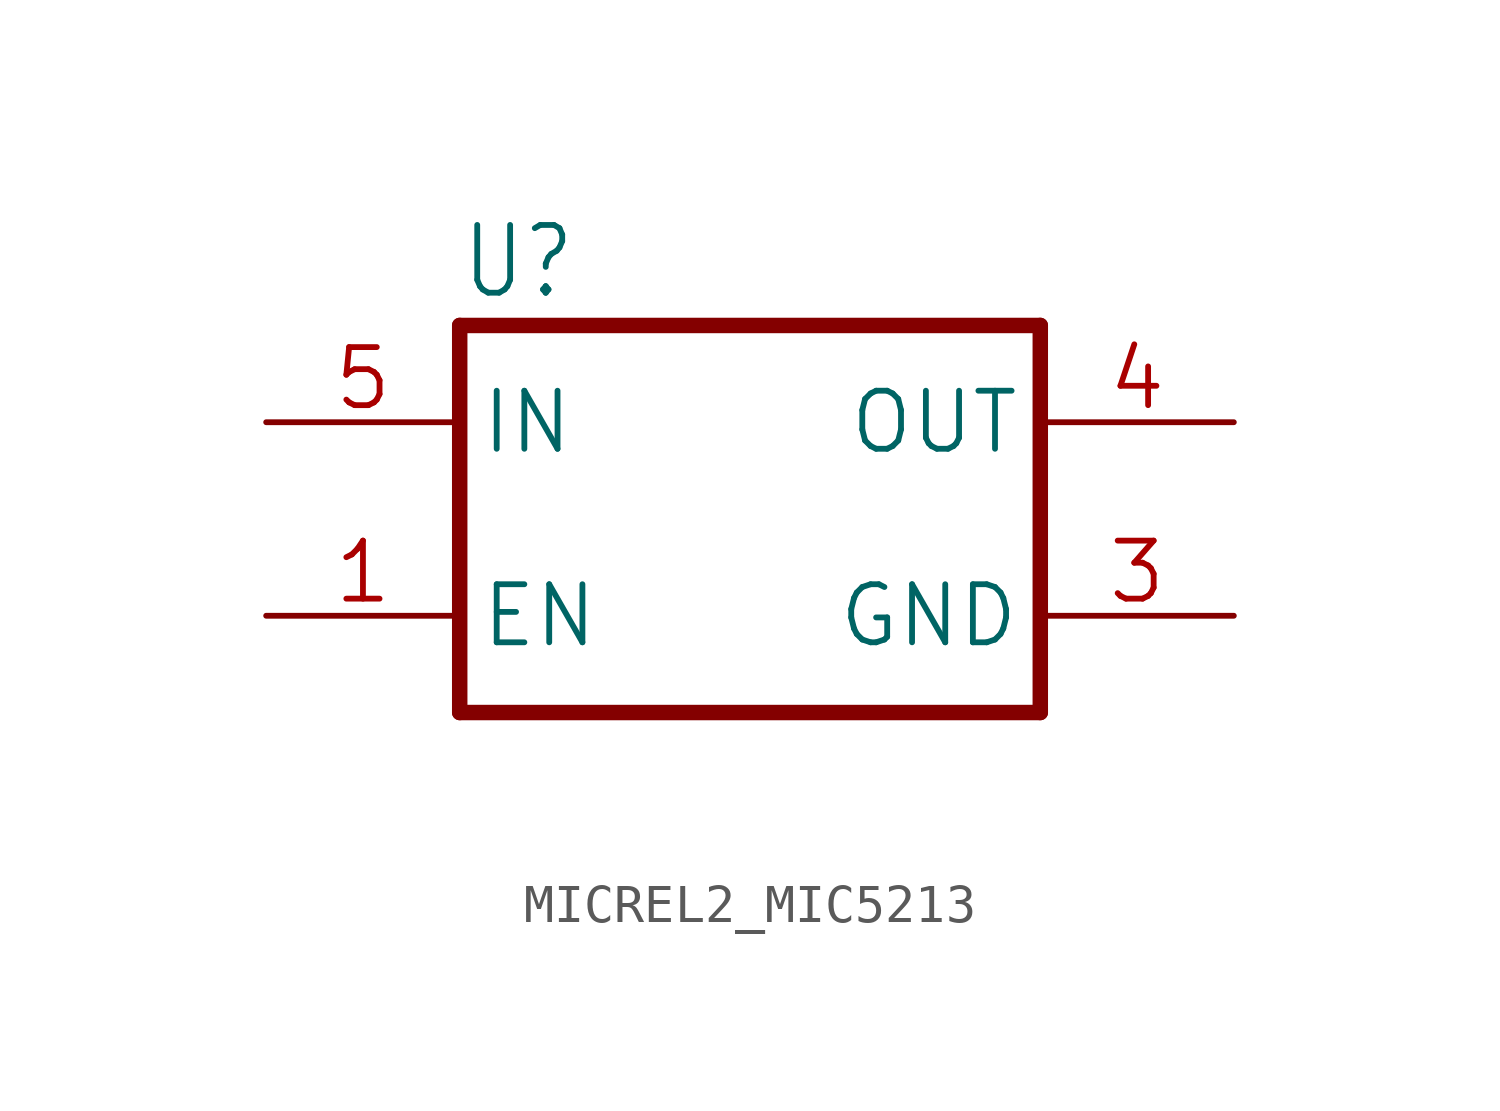
<source format=kicad_sym>
(kicad_symbol_lib
  (version 20241209)
  (generator "kicad_symbol_editor")
  (generator_version "9.0")
  (symbol "MICREL2_MIC5213"
    (property "Reference" "U"
      (at -7.62 5.715 0)
      (effects (font (size 1.778 1.511)) (justify left bottom)))
    (property "Value" ""
      (at -7.62 -7.62 0)
      (effects (font (size 1.778 1.511)) (justify left bottom)))
    (property "ki_locked" ""
      (at 0 0 0)
      (effects (font (size 1.27 1.27))))
    (symbol "MICREL2_MIC5213_1_0"
      (polyline (pts (xy -7.62 5.08) (xy 7.62 5.08)) (stroke (width 0.406) (type solid)) (fill (type none)))
      (polyline (pts (xy -7.62 -5.08) (xy -7.62 5.08)) (stroke (width 0.406) (type solid)) (fill (type none)))
      (polyline (pts (xy 7.62 5.08) (xy 7.62 -5.08)) (stroke (width 0.406) (type solid)) (fill (type none)))
      (polyline (pts (xy 7.62 -5.08) (xy -7.62 -5.08)) (stroke (width 0.406) (type solid)) (fill (type none)))
      (pin input line (at -12.7 2.54 0) (length 5.08) (name "IN" (effects (font (size 1.524 1.524)))) (number "5" (effects (font (size 1.524 1.524)))))
      (pin input line (at -12.7 -2.54 0) (length 5.08) (name "EN" (effects (font (size 1.524 1.524)))) (number "1" (effects (font (size 1.524 1.524)))))
      (pin passive line (at 12.7 2.54 180) (length 5.08) (name "OUT" (effects (font (size 1.524 1.524)))) (number "4" (effects (font (size 1.524 1.524)))))
      (pin power_in line (at 12.7 -2.54 180) (length 5.08) (name "GND" (effects (font (size 1.524 1.524)))) (number "3" (effects (font (size 1.524 1.524))))))))
</source>
